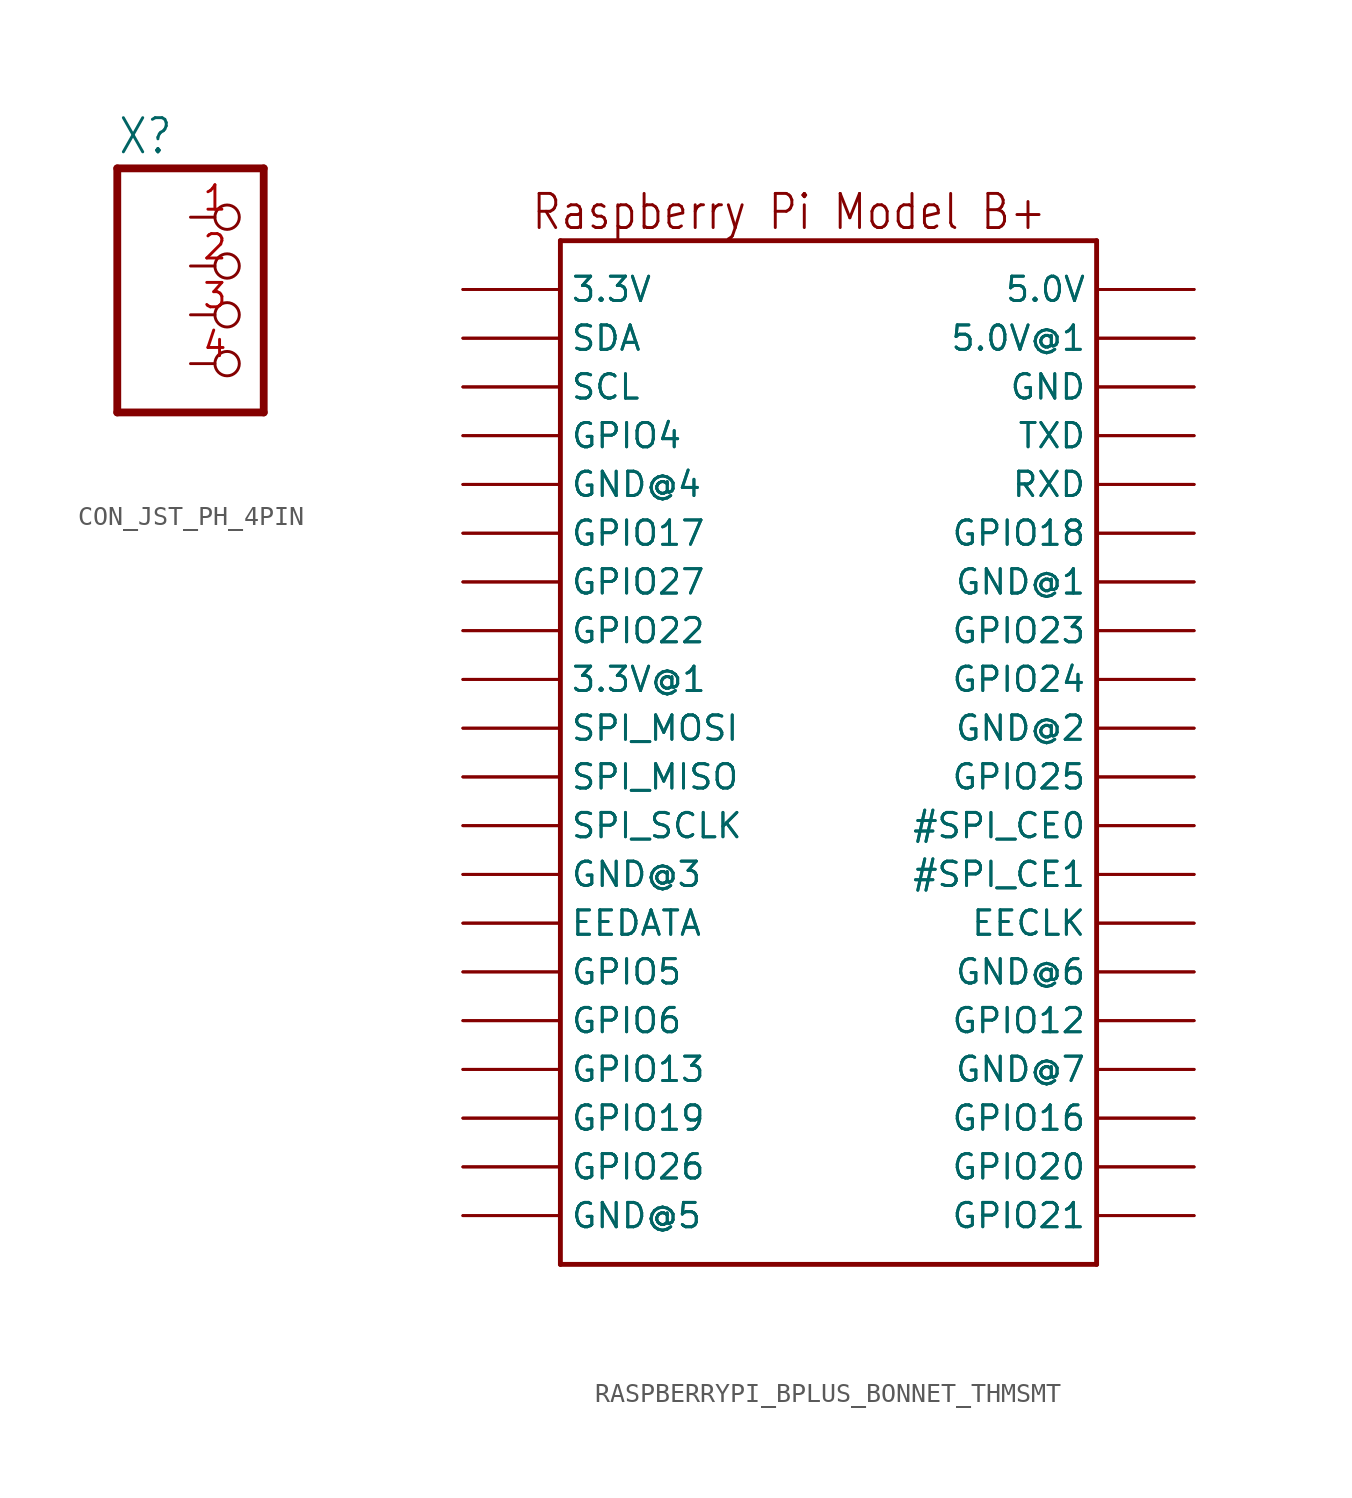
<source format=kicad_sym>
(kicad_symbol_lib
  (version 20220914)
  (generator kicad_symbol_editor)
  (symbol "CON_JST_PH_4PIN"
    (property "Reference" "X"
      (at -6.35 8.255 0)
      (effects (font (size 1.778 1.511)) (justify left bottom)))
    (property "Value" ""
      (at -6.35 -7.62 0)
      (effects (font (size 1.778 1.511)) (justify left bottom)))
    (property "ki_locked" ""
      (at 0 0 0)
      (effects (font (size 1.27 1.27))))
    (symbol "CON_JST_PH_4PIN_1_0"
      (polyline (pts (xy -6.35 -5.08) (xy 1.27 -5.08)) (stroke (width 0.406) (type solid)) (fill (type none)))
      (polyline (pts (xy -6.35 7.62) (xy -6.35 -5.08)) (stroke (width 0.406) (type solid)) (fill (type none)))
      (polyline (pts (xy 1.27 -5.08) (xy 1.27 7.62)) (stroke (width 0.406) (type solid)) (fill (type none)))
      (polyline (pts (xy 1.27 7.62) (xy -6.35 7.62)) (stroke (width 0.406) (type solid)) (fill (type none)))
      (pin passive inverted (at -2.54 5.08 0) (length 2.54) (name "1" (effects (font (size 0 0)))) (number "1" (effects (font (size 1.27 1.27)))))
      (pin passive inverted (at -2.54 2.54 0) (length 2.54) (name "2" (effects (font (size 0 0)))) (number "2" (effects (font (size 1.27 1.27)))))
      (pin passive inverted (at -2.54 0 0) (length 2.54) (name "3" (effects (font (size 0 0)))) (number "3" (effects (font (size 1.27 1.27)))))
      (pin passive inverted (at -2.54 -2.54 0) (length 2.54) (name "4" (effects (font (size 0 0)))) (number "4" (effects (font (size 1.27 1.27)))))))
  (symbol "RASPBERRYPI_BPLUS_BONNET_THMSMT"
    (property "Reference" "RPI"
      (at 0 0 0)
      (effects (font (size 1.27 1.27)) hide))
    (property "ki_locked" ""
      (at 0 0 0)
      (effects (font (size 1.27 1.27))))
    (symbol "RASPBERRYPI_BPLUS_BONNET_THMSMT_1_0"
      (polyline (pts (xy -12.7 -30.48) (xy -12.7 22.86)) (stroke (width 0.254) (type solid)) (fill (type none)))
      (polyline (pts (xy -12.7 22.86) (xy 15.24 22.86)) (stroke (width 0.254) (type solid)) (fill (type none)))
      (polyline (pts (xy 15.24 -30.48) (xy -12.7 -30.48)) (stroke (width 0.254) (type solid)) (fill (type none)))
      (polyline (pts (xy 15.24 22.86) (xy 15.24 -30.48)) (stroke (width 0.254) (type solid)) (fill (type none)))
      (text "Raspberry Pi Model B+" (at 12.7 25.4 0) (effects (font (size 1.778 1.511)) (justify right top)))
      (pin power_in line (at -17.78 20.32 0) (length 5.08) (name "3.3V" (effects (font (size 1.27 1.27)))) (number "1" (effects (font (size 0 0)))))
      (pin bidirectional line (at 20.32 10.16 180) (length 5.08) (name "RXD" (effects (font (size 1.27 1.27)))) (number "10" (effects (font (size 0 0)))))
      (pin bidirectional line (at -17.78 7.62 0) (length 5.08) (name "GPIO17" (effects (font (size 1.27 1.27)))) (number "11" (effects (font (size 0 0)))))
      (pin bidirectional line (at 20.32 7.62 180) (length 5.08) (name "GPIO18" (effects (font (size 1.27 1.27)))) (number "12" (effects (font (size 0 0)))))
      (pin bidirectional line (at -17.78 5.08 0) (length 5.08) (name "GPIO27" (effects (font (size 1.27 1.27)))) (number "13" (effects (font (size 0 0)))))
      (pin power_in line (at 20.32 5.08 180) (length 5.08) (name "GND@1" (effects (font (size 1.27 1.27)))) (number "14" (effects (font (size 0 0)))))
      (pin bidirectional line (at -17.78 2.54 0) (length 5.08) (name "GPIO22" (effects (font (size 1.27 1.27)))) (number "15" (effects (font (size 0 0)))))
      (pin bidirectional line (at 20.32 2.54 180) (length 5.08) (name "GPIO23" (effects (font (size 1.27 1.27)))) (number "16" (effects (font (size 0 0)))))
      (pin power_in line (at -17.78 0 0) (length 5.08) (name "3.3V@1" (effects (font (size 1.27 1.27)))) (number "17" (effects (font (size 0 0)))))
      (pin bidirectional line (at 20.32 0 180) (length 5.08) (name "GPIO24" (effects (font (size 1.27 1.27)))) (number "18" (effects (font (size 0 0)))))
      (pin bidirectional line (at -17.78 -2.54 0) (length 5.08) (name "SPI_MOSI" (effects (font (size 1.27 1.27)))) (number "19" (effects (font (size 0 0)))))
      (pin power_in line (at 20.32 20.32 180) (length 5.08) (name "5.0V" (effects (font (size 1.27 1.27)))) (number "2" (effects (font (size 0 0)))))
      (pin power_in line (at 20.32 -2.54 180) (length 5.08) (name "GND@2" (effects (font (size 1.27 1.27)))) (number "20" (effects (font (size 0 0)))))
      (pin bidirectional line (at -17.78 -5.08 0) (length 5.08) (name "SPI_MISO" (effects (font (size 1.27 1.27)))) (number "21" (effects (font (size 0 0)))))
      (pin bidirectional line (at 20.32 -5.08 180) (length 5.08) (name "GPIO25" (effects (font (size 1.27 1.27)))) (number "22" (effects (font (size 0 0)))))
      (pin bidirectional line (at -17.78 -7.62 0) (length 5.08) (name "SPI_SCLK" (effects (font (size 1.27 1.27)))) (number "23" (effects (font (size 0 0)))))
      (pin bidirectional line (at 20.32 -7.62 180) (length 5.08) (name "#SPI_CE0" (effects (font (size 1.27 1.27)))) (number "24" (effects (font (size 0 0)))))
      (pin power_in line (at -17.78 -10.16 0) (length 5.08) (name "GND@3" (effects (font (size 1.27 1.27)))) (number "25" (effects (font (size 0 0)))))
      (pin bidirectional line (at 20.32 -10.16 180) (length 5.08) (name "#SPI_CE1" (effects (font (size 1.27 1.27)))) (number "26" (effects (font (size 0 0)))))
      (pin bidirectional line (at -17.78 -12.7 0) (length 5.08) (name "EEDATA" (effects (font (size 1.27 1.27)))) (number "27" (effects (font (size 0 0)))))
      (pin bidirectional line (at 20.32 -12.7 180) (length 5.08) (name "EECLK" (effects (font (size 1.27 1.27)))) (number "28" (effects (font (size 0 0)))))
      (pin bidirectional line (at -17.78 -15.24 0) (length 5.08) (name "GPIO5" (effects (font (size 1.27 1.27)))) (number "29" (effects (font (size 0 0)))))
      (pin bidirectional line (at -17.78 17.78 0) (length 5.08) (name "SDA" (effects (font (size 1.27 1.27)))) (number "3" (effects (font (size 0 0)))))
      (pin power_in line (at 20.32 -15.24 180) (length 5.08) (name "GND@6" (effects (font (size 1.27 1.27)))) (number "30" (effects (font (size 0 0)))))
      (pin bidirectional line (at -17.78 -17.78 0) (length 5.08) (name "GPIO6" (effects (font (size 1.27 1.27)))) (number "31" (effects (font (size 0 0)))))
      (pin bidirectional line (at 20.32 -17.78 180) (length 5.08) (name "GPIO12" (effects (font (size 1.27 1.27)))) (number "32" (effects (font (size 0 0)))))
      (pin bidirectional line (at -17.78 -20.32 0) (length 5.08) (name "GPIO13" (effects (font (size 1.27 1.27)))) (number "33" (effects (font (size 0 0)))))
      (pin power_in line (at 20.32 -20.32 180) (length 5.08) (name "GND@7" (effects (font (size 1.27 1.27)))) (number "34" (effects (font (size 0 0)))))
      (pin bidirectional line (at -17.78 -22.86 0) (length 5.08) (name "GPIO19" (effects (font (size 1.27 1.27)))) (number "35" (effects (font (size 0 0)))))
      (pin bidirectional line (at 20.32 -22.86 180) (length 5.08) (name "GPIO16" (effects (font (size 1.27 1.27)))) (number "36" (effects (font (size 0 0)))))
      (pin bidirectional line (at -17.78 -25.4 0) (length 5.08) (name "GPIO26" (effects (font (size 1.27 1.27)))) (number "37" (effects (font (size 0 0)))))
      (pin bidirectional line (at 20.32 -25.4 180) (length 5.08) (name "GPIO20" (effects (font (size 1.27 1.27)))) (number "38" (effects (font (size 0 0)))))
      (pin power_in line (at -17.78 -27.94 0) (length 5.08) (name "GND@5" (effects (font (size 1.27 1.27)))) (number "39" (effects (font (size 0 0)))))
      (pin power_in line (at 20.32 17.78 180) (length 5.08) (name "5.0V@1" (effects (font (size 1.27 1.27)))) (number "4" (effects (font (size 0 0)))))
      (pin bidirectional line (at 20.32 -27.94 180) (length 5.08) (name "GPIO21" (effects (font (size 1.27 1.27)))) (number "40" (effects (font (size 0 0)))))
      (pin bidirectional line (at -17.78 15.24 0) (length 5.08) (name "SCL" (effects (font (size 1.27 1.27)))) (number "5" (effects (font (size 0 0)))))
      (pin power_in line (at 20.32 15.24 180) (length 5.08) (name "GND" (effects (font (size 1.27 1.27)))) (number "6" (effects (font (size 0 0)))))
      (pin bidirectional line (at -17.78 12.7 0) (length 5.08) (name "GPIO4" (effects (font (size 1.27 1.27)))) (number "7" (effects (font (size 0 0)))))
      (pin bidirectional line (at 20.32 12.7 180) (length 5.08) (name "TXD" (effects (font (size 1.27 1.27)))) (number "8" (effects (font (size 0 0)))))
      (pin power_in line (at -17.78 10.16 0) (length 5.08) (name "GND@4" (effects (font (size 1.27 1.27)))) (number "9" (effects (font (size 0 0)))))
      (pin power_in line (at -17.78 20.32 0) (length 5.08) (name "3.3V" (effects (font (size 1.27 1.27)))) (number "S1" (effects (font (size 0 0)))))
      (pin bidirectional line (at 20.32 10.16 180) (length 5.08) (name "RXD" (effects (font (size 1.27 1.27)))) (number "S10" (effects (font (size 0 0)))))
      (pin bidirectional line (at -17.78 7.62 0) (length 5.08) (name "GPIO17" (effects (font (size 1.27 1.27)))) (number "S11" (effects (font (size 0 0)))))
      (pin bidirectional line (at 20.32 7.62 180) (length 5.08) (name "GPIO18" (effects (font (size 1.27 1.27)))) (number "S12" (effects (font (size 0 0)))))
      (pin bidirectional line (at -17.78 5.08 0) (length 5.08) (name "GPIO27" (effects (font (size 1.27 1.27)))) (number "S13" (effects (font (size 0 0)))))
      (pin power_in line (at 20.32 5.08 180) (length 5.08) (name "GND@1" (effects (font (size 1.27 1.27)))) (number "S14" (effects (font (size 0 0)))))
      (pin bidirectional line (at -17.78 2.54 0) (length 5.08) (name "GPIO22" (effects (font (size 1.27 1.27)))) (number "S15" (effects (font (size 0 0)))))
      (pin bidirectional line (at 20.32 2.54 180) (length 5.08) (name "GPIO23" (effects (font (size 1.27 1.27)))) (number "S16" (effects (font (size 0 0)))))
      (pin power_in line (at -17.78 0 0) (length 5.08) (name "3.3V@1" (effects (font (size 1.27 1.27)))) (number "S17" (effects (font (size 0 0)))))
      (pin bidirectional line (at 20.32 0 180) (length 5.08) (name "GPIO24" (effects (font (size 1.27 1.27)))) (number "S18" (effects (font (size 0 0)))))
      (pin bidirectional line (at -17.78 -2.54 0) (length 5.08) (name "SPI_MOSI" (effects (font (size 1.27 1.27)))) (number "S19" (effects (font (size 0 0)))))
      (pin power_in line (at 20.32 20.32 180) (length 5.08) (name "5.0V" (effects (font (size 1.27 1.27)))) (number "S2" (effects (font (size 0 0)))))
      (pin power_in line (at 20.32 -2.54 180) (length 5.08) (name "GND@2" (effects (font (size 1.27 1.27)))) (number "S20" (effects (font (size 0 0)))))
      (pin bidirectional line (at -17.78 -5.08 0) (length 5.08) (name "SPI_MISO" (effects (font (size 1.27 1.27)))) (number "S21" (effects (font (size 0 0)))))
      (pin bidirectional line (at 20.32 -5.08 180) (length 5.08) (name "GPIO25" (effects (font (size 1.27 1.27)))) (number "S22" (effects (font (size 0 0)))))
      (pin bidirectional line (at -17.78 -7.62 0) (length 5.08) (name "SPI_SCLK" (effects (font (size 1.27 1.27)))) (number "S23" (effects (font (size 0 0)))))
      (pin bidirectional line (at 20.32 -7.62 180) (length 5.08) (name "#SPI_CE0" (effects (font (size 1.27 1.27)))) (number "S24" (effects (font (size 0 0)))))
      (pin power_in line (at -17.78 -10.16 0) (length 5.08) (name "GND@3" (effects (font (size 1.27 1.27)))) (number "S25" (effects (font (size 0 0)))))
      (pin bidirectional line (at 20.32 -10.16 180) (length 5.08) (name "#SPI_CE1" (effects (font (size 1.27 1.27)))) (number "S26" (effects (font (size 0 0)))))
      (pin bidirectional line (at -17.78 -12.7 0) (length 5.08) (name "EEDATA" (effects (font (size 1.27 1.27)))) (number "S27" (effects (font (size 0 0)))))
      (pin bidirectional line (at 20.32 -12.7 180) (length 5.08) (name "EECLK" (effects (font (size 1.27 1.27)))) (number "S28" (effects (font (size 0 0)))))
      (pin bidirectional line (at -17.78 -15.24 0) (length 5.08) (name "GPIO5" (effects (font (size 1.27 1.27)))) (number "S29" (effects (font (size 0 0)))))
      (pin bidirectional line (at -17.78 17.78 0) (length 5.08) (name "SDA" (effects (font (size 1.27 1.27)))) (number "S3" (effects (font (size 0 0)))))
      (pin power_in line (at 20.32 -15.24 180) (length 5.08) (name "GND@6" (effects (font (size 1.27 1.27)))) (number "S30" (effects (font (size 0 0)))))
      (pin bidirectional line (at -17.78 -17.78 0) (length 5.08) (name "GPIO6" (effects (font (size 1.27 1.27)))) (number "S31" (effects (font (size 0 0)))))
      (pin bidirectional line (at 20.32 -17.78 180) (length 5.08) (name "GPIO12" (effects (font (size 1.27 1.27)))) (number "S32" (effects (font (size 0 0)))))
      (pin bidirectional line (at -17.78 -20.32 0) (length 5.08) (name "GPIO13" (effects (font (size 1.27 1.27)))) (number "S33" (effects (font (size 0 0)))))
      (pin power_in line (at 20.32 -20.32 180) (length 5.08) (name "GND@7" (effects (font (size 1.27 1.27)))) (number "S34" (effects (font (size 0 0)))))
      (pin bidirectional line (at -17.78 -22.86 0) (length 5.08) (name "GPIO19" (effects (font (size 1.27 1.27)))) (number "S35" (effects (font (size 0 0)))))
      (pin bidirectional line (at 20.32 -22.86 180) (length 5.08) (name "GPIO16" (effects (font (size 1.27 1.27)))) (number "S36" (effects (font (size 0 0)))))
      (pin bidirectional line (at -17.78 -25.4 0) (length 5.08) (name "GPIO26" (effects (font (size 1.27 1.27)))) (number "S37" (effects (font (size 0 0)))))
      (pin bidirectional line (at 20.32 -25.4 180) (length 5.08) (name "GPIO20" (effects (font (size 1.27 1.27)))) (number "S38" (effects (font (size 0 0)))))
      (pin power_in line (at -17.78 -27.94 0) (length 5.08) (name "GND@5" (effects (font (size 1.27 1.27)))) (number "S39" (effects (font (size 0 0)))))
      (pin power_in line (at 20.32 17.78 180) (length 5.08) (name "5.0V@1" (effects (font (size 1.27 1.27)))) (number "S4" (effects (font (size 0 0)))))
      (pin bidirectional line (at 20.32 -27.94 180) (length 5.08) (name "GPIO21" (effects (font (size 1.27 1.27)))) (number "S40" (effects (font (size 0 0)))))
      (pin bidirectional line (at -17.78 15.24 0) (length 5.08) (name "SCL" (effects (font (size 1.27 1.27)))) (number "S5" (effects (font (size 0 0)))))
      (pin power_in line (at 20.32 15.24 180) (length 5.08) (name "GND" (effects (font (size 1.27 1.27)))) (number "S6" (effects (font (size 0 0)))))
      (pin bidirectional line (at -17.78 12.7 0) (length 5.08) (name "GPIO4" (effects (font (size 1.27 1.27)))) (number "S7" (effects (font (size 0 0)))))
      (pin bidirectional line (at 20.32 12.7 180) (length 5.08) (name "TXD" (effects (font (size 1.27 1.27)))) (number "S8" (effects (font (size 0 0)))))
      (pin power_in line (at -17.78 10.16 0) (length 5.08) (name "GND@4" (effects (font (size 1.27 1.27)))) (number "S9" (effects (font (size 0 0))))))))
</source>
